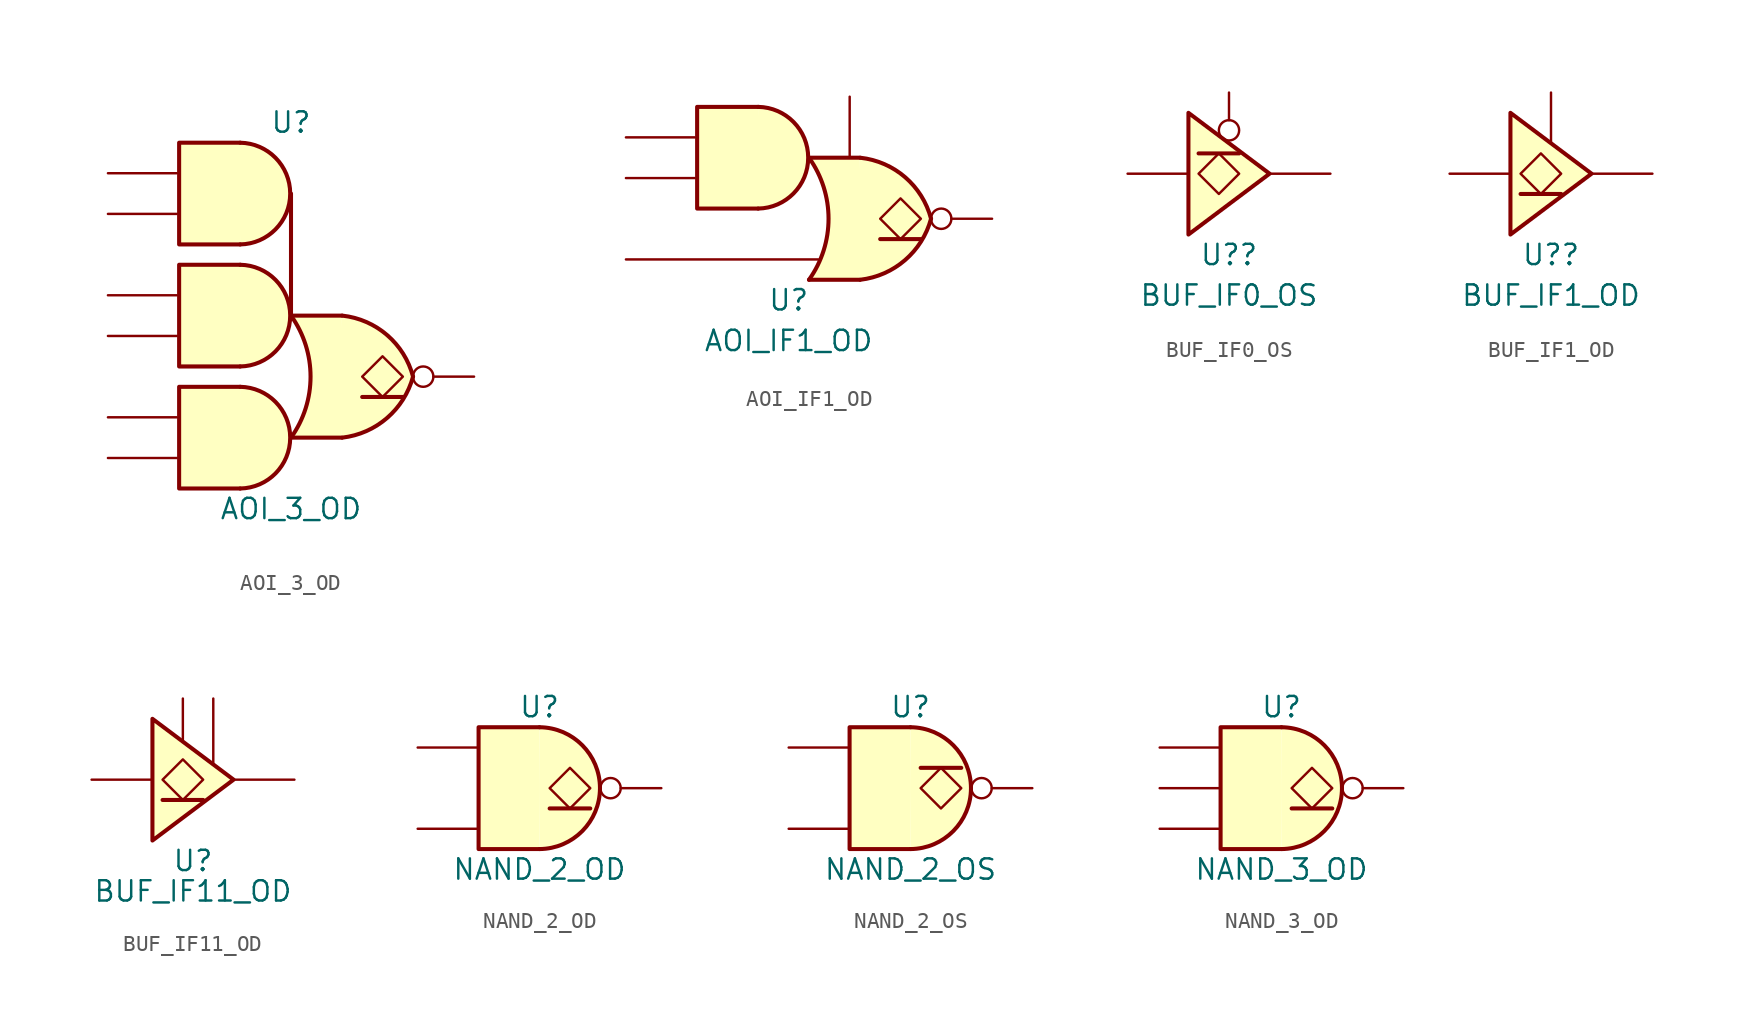
<source format=kicad_sym>
(kicad_symbol_lib
  (version 20231120)
  (generator "kicad_symbol_editor")
  (generator_version "8.0")
  (symbol "AOI_3_OD"
    (pin_numbers hide)
    (pin_names hide)
    (property "Reference" "U"
      (at 0 12.065 0)
      (effects (font (size 1.27 1.27))))
    (property "Value" "AOI_3_OD"
      (at 0 -12.065 0)
      (effects (font (size 1.27 1.27))))
    (symbol "AOI_3_OD_1_1"
      (arc (start -3.175 -10.795) (mid -0.05 -7.62) (end -3.175 -4.445) (stroke (width 0.254) (type default)) (fill (type background)))
      (arc (start -3.175 -3.175) (mid -0.05 0) (end -3.175 3.175) (stroke (width 0.254) (type default)) (fill (type background)))
      (arc (start -3.175 4.445) (mid -0.05 7.62) (end -3.175 10.795) (stroke (width 0.254) (type default)) (fill (type background)))
      (arc (start -0.0002 -7.62) (mid 1.2208 -3.81) (end -0.0002 0) (stroke (width 0.254) (type default)) (fill (type none)))
      (polyline (pts (xy -0.0002 -7.62) (xy 3.175 -7.62)) (stroke (width 0.254) (type default)) (fill (type background)))
      (polyline (pts (xy -0.0002 0) (xy 3.175 0)) (stroke (width 0.254) (type default)) (fill (type background)))
      (polyline (pts (xy 0 7.62) (xy 0 0)) (stroke (width 0.254) (type default)) (fill (type background)))
      (polyline (pts (xy 4.445 -5.08) (xy 6.985 -5.08)) (stroke (width 0.254) (type default)) (fill (type none)))
      (polyline (pts (xy -3.175 -4.445) (xy -6.985 -4.445) (xy -6.985 -10.795) (xy -3.175 -10.795)) (stroke (width 0.254) (type default)) (fill (type background)))
      (polyline (pts (xy -3.175 3.175) (xy -6.985 3.175) (xy -6.985 -3.175) (xy -3.175 -3.175)) (stroke (width 0.254) (type default)) (fill (type background)))
      (polyline (pts (xy -3.175 10.795) (xy -6.985 10.795) (xy -6.985 4.445) (xy -3.175 4.445)) (stroke (width 0.254) (type default)) (fill (type background)))
      (polyline (pts (xy 6.985 -3.81) (xy 5.715 -2.54) (xy 4.445 -3.81) (xy 5.715 -5.08) (xy 6.985 -3.81)) (stroke (width 0) (type default)) (fill (type none)))
      (polyline (pts (xy 3.175 0) (xy 0 0) (xy 0 0) (xy 0.254 -0.406) (xy 0.787 -1.549) (xy 1.118 -2.769) (xy 1.194 -4.064) (xy 1.041 -5.309) (xy 0.635 -6.528) (xy 0 -7.62) (xy 0 -7.62) (xy 3.175 -7.62)) (stroke (width -25.4) (type default)) (fill (type background)))
      (arc (start 3.2002 -7.62) (mid 5.9953 -6.394) (end 7.6198 -3.81) (stroke (width 0.254) (type default)) (fill (type background)))
      (arc (start 7.6198 -3.81) (mid 6.0026 -1.2175) (end 3.2002 0) (stroke (width 0.254) (type default)) (fill (type background)))
      (pin input line (at -11.43 8.89 0) (length 4.3) (name "~" (effects (font (size 1.27 1.27)))) (number "1" (effects (font (size 1.27 1.27)))))
      (pin input line (at -11.43 6.35 0) (length 4.3) (name "~" (effects (font (size 1.27 1.27)))) (number "2" (effects (font (size 1.27 1.27)))))
      (pin input line (at -11.43 1.27 0) (length 4.3) (name "~" (effects (font (size 1.27 1.27)))) (number "3" (effects (font (size 1.27 1.27)))))
      (pin input line (at -11.43 -1.27 0) (length 4.3) (name "~" (effects (font (size 1.27 1.27)))) (number "4" (effects (font (size 1.27 1.27)))))
      (pin input line (at -11.43 -6.35 0) (length 4.3) (name "~" (effects (font (size 1.27 1.27)))) (number "5" (effects (font (size 1.27 1.27)))))
      (pin input line (at -11.43 -8.89 0) (length 4.3) (name "~" (effects (font (size 1.27 1.27)))) (number "6" (effects (font (size 1.27 1.27)))))
      (pin tri_state inverted (at 11.43 -3.81 180) (length 3.81) (name "~" (effects (font (size 1.27 1.27)))) (number "7" (effects (font (size 0 0)))))))
  (symbol "AOI_IF1_OD"
    (pin_numbers hide)
    (pin_names hide)
    (property "Reference" "U"
      (at 0 -6.35 0)
      (effects (font (size 1.27 1.27))))
    (property "Value" "AOI_IF1_OD"
      (at 0 -8.89 0)
      (effects (font (size 1.27 1.27))))
    (symbol "AOI_IF1_OD_1_0"
      (pin input line (at 3.81 6.35 270) (length 3.81) (name "~" (effects (font (size 1.27 1.27)))) (number "5" (effects (font (size 1.27 1.27))))))
    (symbol "AOI_IF1_OD_1_1"
      (arc (start -1.905 -0.635) (mid 1.22 2.54) (end -1.905 5.715) (stroke (width 0.254) (type default)) (fill (type background)))
      (polyline (pts (xy 1.27 -5.08) (xy 4.445 -5.08)) (stroke (width 0.254) (type default)) (fill (type background)))
      (polyline (pts (xy 1.27 2.54) (xy 4.445 2.54)) (stroke (width 0.254) (type default)) (fill (type background)))
      (polyline (pts (xy 5.715 -2.54) (xy 8.255 -2.54)) (stroke (width 0.254) (type default)) (fill (type none)))
      (polyline (pts (xy -1.905 5.715) (xy -5.715 5.715) (xy -5.715 -0.635) (xy -1.905 -0.635)) (stroke (width 0.254) (type default)) (fill (type background)))
      (polyline (pts (xy 8.255 -1.27) (xy 6.985 0) (xy 5.715 -1.27) (xy 6.985 -2.54) (xy 8.255 -1.27)) (stroke (width 0) (type default)) (fill (type none)))
      (polyline (pts (xy 4.445 2.54) (xy 1.27 2.54) (xy 1.27 2.54) (xy 1.524 2.134) (xy 2.057 0.991) (xy 2.388 -0.229) (xy 2.464 -1.524) (xy 2.311 -2.769) (xy 1.905 -3.988) (xy 1.27 -5.08) (xy 1.27 -5.08) (xy 4.445 -5.08)) (stroke (width -25.4) (type default)) (fill (type background)))
      (arc (start 1.2698 -5.08) (mid 2.4908 -1.27) (end 1.2698 2.54) (stroke (width 0.254) (type default)) (fill (type none)))
      (arc (start 4.4702 -5.08) (mid 7.2653 -3.854) (end 8.8898 -1.27) (stroke (width 0.254) (type default)) (fill (type background)))
      (arc (start 8.8898 -1.27) (mid 7.2726 1.3225) (end 4.4702 2.54) (stroke (width 0.254) (type default)) (fill (type background)))
      (pin input line (at -10.16 3.81 0) (length 4.3) (name "~" (effects (font (size 1.27 1.27)))) (number "1" (effects (font (size 1.27 1.27)))))
      (pin input line (at -10.16 1.27 0) (length 4.3) (name "~" (effects (font (size 1.27 1.27)))) (number "2" (effects (font (size 1.27 1.27)))))
      (pin input line (at -10.16 -3.81 0) (length 12) (name "~" (effects (font (size 1.27 1.27)))) (number "3" (effects (font (size 1.27 1.27)))))
      (pin tri_state inverted (at 12.7 -1.27 180) (length 3.81) (name "~" (effects (font (size 1.27 1.27)))) (number "4" (effects (font (size 0 0)))))))
  (symbol "BUF_IF0_OS"
    (pin_numbers hide)
    (pin_names hide)
    (property "Reference" "U?"
      (at 0 -5.08 0)
      (effects (font (size 1.27 1.27))))
    (property "Value" "BUF_IF0_OS"
      (at 0 -7.62 0)
      (effects (font (size 1.27 1.27))))
    (symbol "BUF_IF0_OS_1_0"
      (polyline (pts (xy -2.54 3.81) (xy -2.54 -3.81) (xy 2.54 0) (xy -2.54 3.81)) (stroke (width 0.254) (type default)) (fill (type background)))
      (pin input line (at -6.35 0 0) (length 3.81) (name "IN" (effects (font (size 1.27 1.27)))) (number "1" (effects (font (size 1.27 1.27)))))
      (pin input line (at -6.35 0 0) (length 3.81) hide (name "IN" (effects (font (size 1.27 1.27)))) (number "3" (effects (font (size 1.27 1.27)))))
      (pin tri_state line (at 6.35 0 180) (length 3.81) (name "~" (effects (font (size 1.27 1.27)))) (number "4" (effects (font (size 1.27 1.27))))))
    (symbol "BUF_IF0_OS_1_1"
      (polyline (pts (xy -1.905 1.27) (xy 0.635 1.27)) (stroke (width 0.254) (type default)) (fill (type none)))
      (polyline (pts (xy 0.635 0) (xy -0.635 1.27) (xy -1.905 0) (xy -0.635 -1.27) (xy 0.635 0)) (stroke (width 0) (type default)) (fill (type none)))
      (pin input inverted (at 0 5.08 270) (length 3) (name "~{ENA}" (effects (font (size 1.27 1.27)))) (number "2" (effects (font (size 1.27 1.27)))))))
  (symbol "BUF_IF1_OD"
    (pin_numbers hide)
    (pin_names hide)
    (property "Reference" "U?"
      (at 0 -5.08 0)
      (effects (font (size 1.27 1.27))))
    (property "Value" "BUF_IF1_OD"
      (at 0 -7.62 0)
      (effects (font (size 1.27 1.27))))
    (symbol "BUF_IF1_OD_1_0"
      (polyline (pts (xy -2.54 3.81) (xy -2.54 -3.81) (xy 2.54 0) (xy -2.54 3.81)) (stroke (width 0.254) (type default)) (fill (type background)))
      (pin input line (at -6.35 0 0) (length 3.81) (name "~" (effects (font (size 1.27 1.27)))) (number "2" (effects (font (size 1.27 1.27)))))
      (pin tri_state line (at 6.35 0 180) (length 3.81) (name "~" (effects (font (size 1.27 1.27)))) (number "3" (effects (font (size 1.27 1.27))))))
    (symbol "BUF_IF1_OD_1_1"
      (polyline (pts (xy -1.905 -1.27) (xy 0.635 -1.27)) (stroke (width 0.254) (type default)) (fill (type none)))
      (polyline (pts (xy 0.635 0) (xy -0.635 1.27) (xy -1.905 0) (xy -0.635 -1.27) (xy 0.635 0)) (stroke (width 0) (type default)) (fill (type none)))
      (pin input line (at 0 5.08 270) (length 3.15) (name "ENA" (effects (font (size 1.27 1.27)))) (number "1" (effects (font (size 1.27 1.27)))))))
  (symbol "BUF_IF11_OD"
    (pin_numbers hide)
    (pin_names hide)
    (property "Reference" "U"
      (at 0 -5.08 0)
      (effects (font (size 1.27 1.27))))
    (property "Value" "BUF_IF11_OD"
      (at 0 -6.985 0)
      (effects (font (size 1.27 1.27))))
    (symbol "BUF_IF11_OD_1_0"
      (polyline (pts (xy -2.54 3.81) (xy -2.54 -3.81) (xy 2.54 0) (xy -2.54 3.81)) (stroke (width 0.254) (type default)) (fill (type background)))
      (pin input line (at -6.35 0 0) (length 3.81) (name "~" (effects (font (size 1.27 1.27)))) (number "2" (effects (font (size 1.27 1.27)))))
      (pin tri_state line (at 6.35 0 180) (length 3.81) (name "~" (effects (font (size 1.27 1.27)))) (number "3" (effects (font (size 1.27 1.27))))))
    (symbol "BUF_IF11_OD_1_1"
      (polyline (pts (xy -1.905 -1.27) (xy 0.635 -1.27)) (stroke (width 0.254) (type default)) (fill (type none)))
      (polyline (pts (xy 0.635 0) (xy -0.635 1.27) (xy -1.905 0) (xy -0.635 -1.27) (xy 0.635 0)) (stroke (width 0) (type default)) (fill (type none)))
      (pin input line (at -0.635 5.08 270) (length 2.7) (name "ENA" (effects (font (size 1.27 1.27)))) (number "1" (effects (font (size 1.27 1.27)))))
      (pin input line (at 1.27 5.08 270) (length 4) (name "ENA" (effects (font (size 1.27 1.27)))) (number "1" (effects (font (size 1.27 1.27)))))))
  (symbol "NAND_2_OD"
    (pin_numbers hide)
    (pin_names hide)
    (property "Reference" "U"
      (at 0 5.08 0)
      (effects (font (size 1.27 1.27))))
    (property "Value" "NAND_2_OD"
      (at 0 -5.08 0)
      (effects (font (size 1.27 1.27))))
    (symbol "NAND_2_OD_1_1"
      (arc (start 0 -3.81) (mid 3.7825 0) (end 0 3.81) (stroke (width 0.254) (type default)) (fill (type background)))
      (polyline (pts (xy 0.635 -1.27) (xy 3.175 -1.27)) (stroke (width 0.254) (type default)) (fill (type none)))
      (polyline (pts (xy 0 3.81) (xy -3.81 3.81) (xy -3.81 -3.81) (xy 0 -3.81)) (stroke (width 0.254) (type default)) (fill (type background)))
      (polyline (pts (xy 3.175 0) (xy 1.905 1.27) (xy 0.635 0) (xy 1.905 -1.27) (xy 3.175 0)) (stroke (width 0) (type default)) (fill (type none)))
      (pin input line (at -7.62 2.54 0) (length 3.81) (name "~" (effects (font (size 1.27 1.27)))) (number "1" (effects (font (size 1.27 1.27)))))
      (pin input line (at -7.62 -2.54 0) (length 3.81) (name "~" (effects (font (size 1.27 1.27)))) (number "2" (effects (font (size 1.27 1.27)))))
      (pin tri_state inverted (at 7.62 0 180) (length 3.81) (name "~" (effects (font (size 1.27 1.27)))) (number "3" (effects (font (size 0 0)))))))
  (symbol "NAND_2_OS"
    (pin_numbers hide)
    (pin_names hide)
    (property "Reference" "U"
      (at 0 5.08 0)
      (effects (font (size 1.27 1.27))))
    (property "Value" "NAND_2_OS"
      (at 0 -5.08 0)
      (effects (font (size 1.27 1.27))))
    (symbol "NAND_2_OS_1_1"
      (arc (start 0 -3.81) (mid 3.7825 0) (end 0 3.81) (stroke (width 0.254) (type default)) (fill (type background)))
      (polyline (pts (xy 0.635 1.27) (xy 3.175 1.27)) (stroke (width 0.254) (type default)) (fill (type none)))
      (polyline (pts (xy 0 3.81) (xy -3.81 3.81) (xy -3.81 -3.81) (xy 0 -3.81)) (stroke (width 0.254) (type default)) (fill (type background)))
      (polyline (pts (xy 3.175 0) (xy 1.905 1.27) (xy 0.635 0) (xy 1.905 -1.27) (xy 3.175 0)) (stroke (width 0) (type default)) (fill (type none)))
      (pin input line (at -7.62 2.54 0) (length 3.81) (name "~" (effects (font (size 1.27 1.27)))) (number "1" (effects (font (size 1.27 1.27)))))
      (pin input line (at -7.62 -2.54 0) (length 3.81) (name "~" (effects (font (size 1.27 1.27)))) (number "2" (effects (font (size 1.27 1.27)))))
      (pin tri_state inverted (at 7.62 0 180) (length 3.81) (name "~" (effects (font (size 1.27 1.27)))) (number "3" (effects (font (size 0 0)))))))
  (symbol "NAND_3_OD"
    (pin_numbers hide)
    (pin_names hide)
    (property "Reference" "U"
      (at 0 5.08 0)
      (effects (font (size 1.27 1.27))))
    (property "Value" "NAND_3_OD"
      (at 0 -5.08 0)
      (effects (font (size 1.27 1.27))))
    (symbol "NAND_3_OD_1_1"
      (arc (start 0 -3.81) (mid 3.7825 0) (end 0 3.81) (stroke (width 0.254) (type default)) (fill (type background)))
      (polyline (pts (xy 0.635 -1.27) (xy 3.175 -1.27)) (stroke (width 0.254) (type default)) (fill (type none)))
      (polyline (pts (xy 0 3.81) (xy -3.81 3.81) (xy -3.81 -3.81) (xy 0 -3.81)) (stroke (width 0.254) (type default)) (fill (type background)))
      (polyline (pts (xy 3.175 0) (xy 1.905 1.27) (xy 0.635 0) (xy 1.905 -1.27) (xy 3.175 0)) (stroke (width 0) (type default)) (fill (type none)))
      (pin input line (at -7.62 2.54 0) (length 3.81) (name "~" (effects (font (size 1.27 1.27)))) (number "1" (effects (font (size 1.27 1.27)))))
      (pin input line (at -7.62 0 0) (length 3.81) (name "~" (effects (font (size 1.27 1.27)))) (number "2" (effects (font (size 1.27 1.27)))))
      (pin input line (at -7.62 -2.54 0) (length 3.81) (name "~" (effects (font (size 1.27 1.27)))) (number "3" (effects (font (size 1.27 1.27)))))
      (pin tri_state inverted (at 7.62 0 180) (length 3.81) (name "~" (effects (font (size 1.27 1.27)))) (number "4" (effects (font (size 0 0))))))))
</source>
